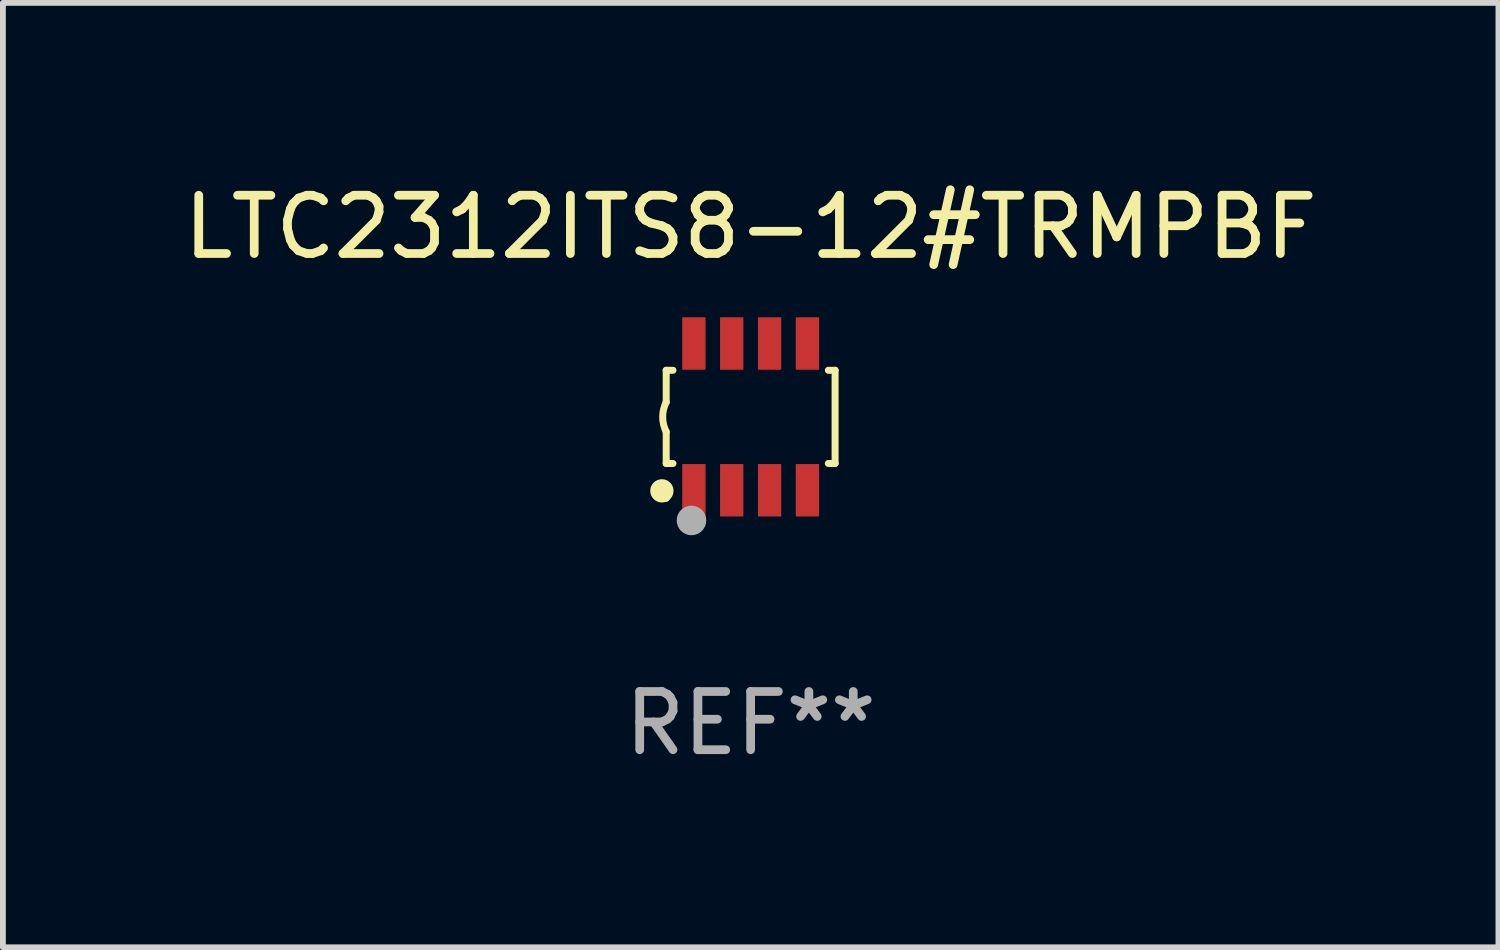
<source format=kicad_pcb>
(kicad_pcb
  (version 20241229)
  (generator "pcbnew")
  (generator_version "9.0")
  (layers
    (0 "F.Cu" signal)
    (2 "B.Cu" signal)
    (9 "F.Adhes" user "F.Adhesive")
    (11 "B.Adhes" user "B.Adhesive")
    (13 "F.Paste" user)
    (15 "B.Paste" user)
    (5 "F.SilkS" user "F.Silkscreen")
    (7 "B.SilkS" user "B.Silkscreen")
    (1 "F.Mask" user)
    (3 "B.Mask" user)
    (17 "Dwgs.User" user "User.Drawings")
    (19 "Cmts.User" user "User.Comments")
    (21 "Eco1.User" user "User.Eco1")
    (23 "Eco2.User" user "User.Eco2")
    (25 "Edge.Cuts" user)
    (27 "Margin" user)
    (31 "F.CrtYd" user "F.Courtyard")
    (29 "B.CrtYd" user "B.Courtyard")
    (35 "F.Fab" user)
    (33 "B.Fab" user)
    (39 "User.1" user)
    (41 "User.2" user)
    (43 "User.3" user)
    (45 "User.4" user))
  (footprint "LTC2312ITS8-12#TRMPBF"
    (layer "F.Cu")
    (at 9.839 4.108)
    (property "Reference" "LTC2312ITS8-12#TRMPBF" (at 0 -3.26 0) (layer "F.SilkS") (effects (font (size 1 1) (thickness 0.15))))
    (attr through_hole)
    (fp_line (start -1.45 -0.8) (end -1.45 -0.254) (stroke (width 0.12) (type solid)) (layer "F.SilkS"))
    (fp_line (start -1.45 -0.8) (end -1.334 -0.8) (stroke (width 0.12) (type solid)) (layer "F.SilkS"))
    (fp_line (start -1.45 0.8) (end -1.45 0.254) (stroke (width 0.12) (type solid)) (layer "F.SilkS"))
    (fp_line (start -1.45 0.8) (end -1.334 0.8) (stroke (width 0.12) (type solid)) (layer "F.SilkS"))
    (fp_line (start 1.334 -0.8) (end 1.45 -0.8) (stroke (width 0.12) (type solid)) (layer "F.SilkS"))
    (fp_line (start 1.334 0.8) (end 1.45 0.8) (stroke (width 0.12) (type solid)) (layer "F.SilkS"))
    (fp_line (start 1.45 0.8) (end 1.45 -0.8) (stroke (width 0.12) (type solid)) (layer "F.SilkS"))
    (fp_arc (start -1.45075 0.255144) (mid -1.510605 0.000434) (end -1.450013 -0.254102) (stroke (width 0.11999) (type solid)) (layer "F.SilkS"))
    (fp_circle (center -1.524 1.27) (end -1.424 1.27) (stroke (width 0.2) (type solid)) (fill no) (layer "F.SilkS"))
    (fp_circle (center -1.45 1.4) (end -1.42 1.4) (stroke (width 0.06) (type solid)) (fill no) (layer "F.SilkS"))
    (fp_circle (center -1.016 1.778) (end -0.889 1.778) (stroke (width 0.254) (type solid)) (fill no) (layer "F.Fab"))
    (fp_text user "REF**" (at 0 5.26 0) (layer "F.Fab") (effects (font (size 1 1) (thickness 0.15))))
    (pad "1" smd rect (at -0.975 1.26) (size 0.4 0.9) (layers "F.Cu" "F.Mask" "F.Paste"))
    (pad "2" smd rect (at -0.325 1.26) (size 0.4 0.9) (layers "F.Cu" "F.Mask" "F.Paste"))
    (pad "3" smd rect (at 0.325 1.26) (size 0.4 0.9) (layers "F.Cu" "F.Mask" "F.Paste"))
    (pad "4" smd rect (at 0.975 1.26) (size 0.4 0.9) (layers "F.Cu" "F.Mask" "F.Paste"))
    (pad "5" smd rect (at 0.975 -1.26) (size 0.4 0.9) (layers "F.Cu" "F.Mask" "F.Paste"))
    (pad "6" smd rect (at 0.325 -1.26) (size 0.4 0.9) (layers "F.Cu" "F.Mask" "F.Paste"))
    (pad "7" smd rect (at -0.325 -1.26) (size 0.4 0.9) (layers "F.Cu" "F.Mask" "F.Paste"))
    (pad "8" smd rect (at -0.975 -1.26) (size 0.4 0.9) (layers "F.Cu" "F.Mask" "F.Paste")))
  (gr_rect
    (start -3 -3)
    (end 22.679 13.216)
    (stroke (width 0.1) (type default))
    (fill no)
    (layer "Edge.Cuts")))
</source>
